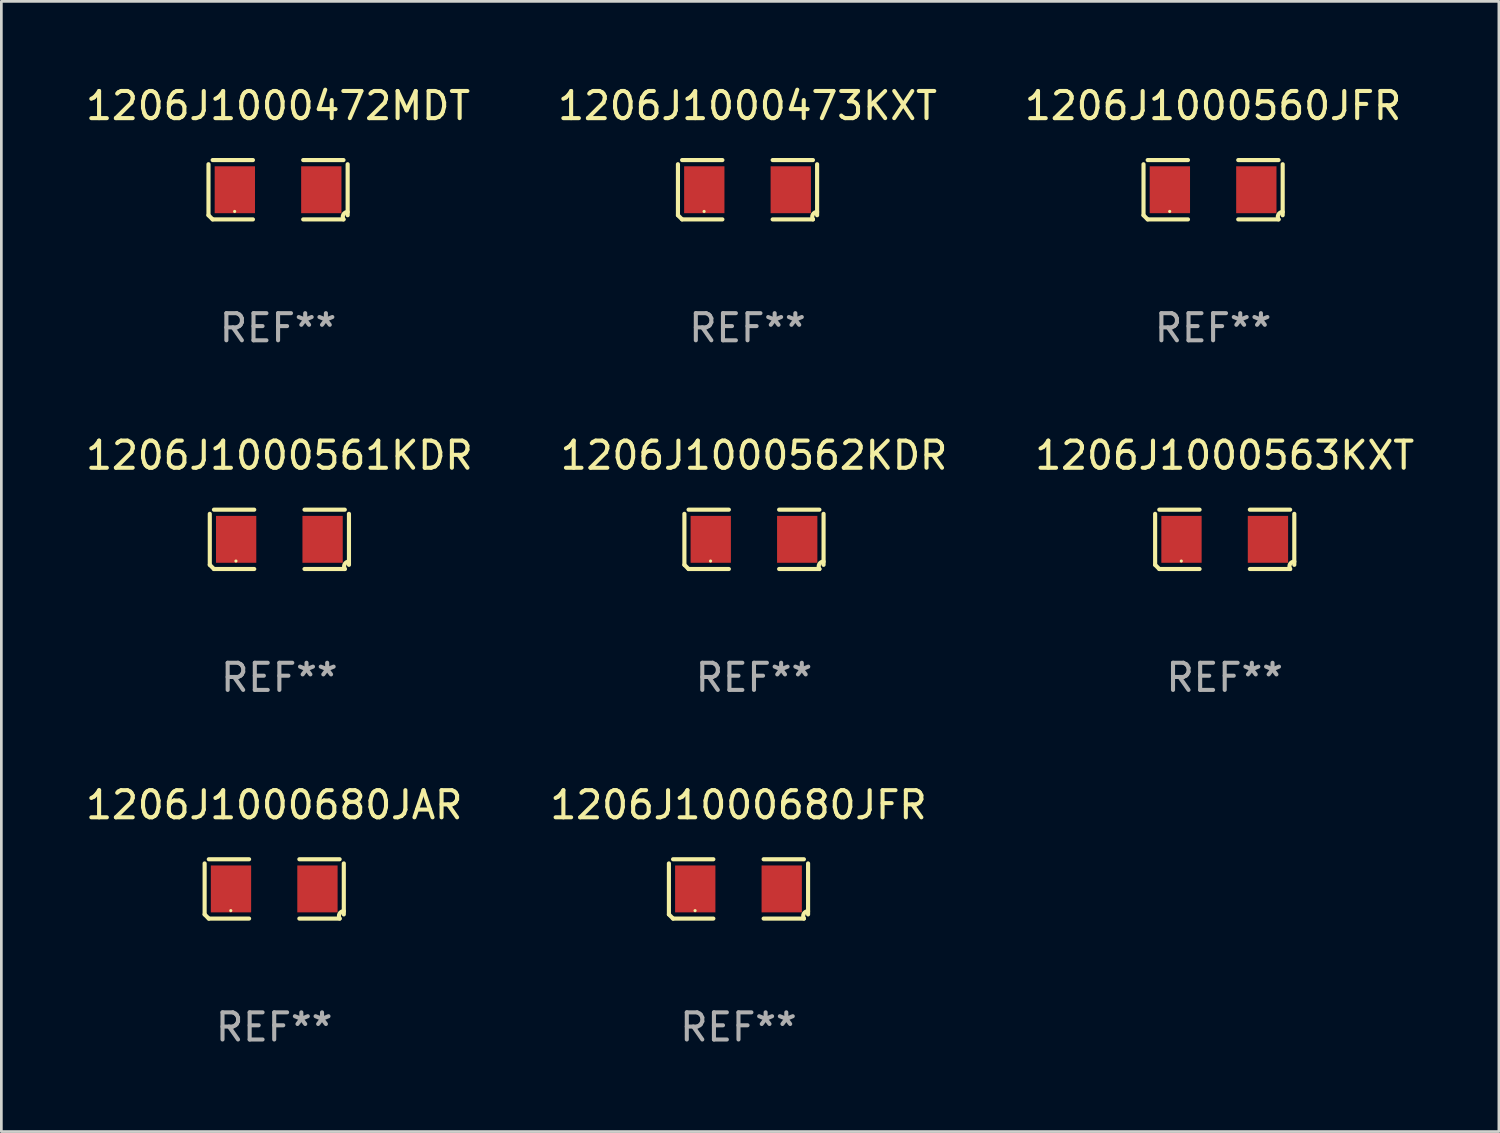
<source format=kicad_pcb>
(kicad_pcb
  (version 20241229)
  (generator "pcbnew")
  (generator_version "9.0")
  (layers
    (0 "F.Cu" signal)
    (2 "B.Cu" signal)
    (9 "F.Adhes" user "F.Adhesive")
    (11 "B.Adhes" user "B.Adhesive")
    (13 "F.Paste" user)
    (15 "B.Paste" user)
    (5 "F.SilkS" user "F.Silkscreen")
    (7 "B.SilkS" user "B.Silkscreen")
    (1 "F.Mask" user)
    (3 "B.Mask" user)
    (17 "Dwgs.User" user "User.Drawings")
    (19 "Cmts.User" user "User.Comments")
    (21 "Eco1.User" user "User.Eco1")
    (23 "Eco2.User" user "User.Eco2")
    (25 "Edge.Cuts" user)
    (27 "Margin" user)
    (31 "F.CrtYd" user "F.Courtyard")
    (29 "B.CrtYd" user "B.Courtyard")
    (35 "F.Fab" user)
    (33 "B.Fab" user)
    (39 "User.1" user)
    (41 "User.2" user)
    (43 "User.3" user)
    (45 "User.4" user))
  (footprint "1206J1000680JAR"
    (layer "F.Cu")
    (at 7.054 29.704)
    (property "Reference" "1206J1000680JAR" (at 0 -3.093 0) (layer "F.SilkS") (effects (font (size 1 1) (thickness 0.15))))
    (attr through_hole)
    (fp_line (start -2.564 0.94) (end -2.564 -0.94) (stroke (width 0.152) (type solid)) (layer "F.SilkS"))
    (fp_line (start -2.411 -1.093) (end -0.926 -1.093) (stroke (width 0.152) (type solid)) (layer "F.SilkS"))
    (fp_line (start -0.926 1.093) (end -2.411 1.093) (stroke (width 0.152) (type solid)) (layer "F.SilkS"))
    (fp_line (start 0.926 1.093) (end 2.411 1.093) (stroke (width 0.152) (type solid)) (layer "F.SilkS"))
    (fp_line (start 2.411 -1.093) (end 0.926 -1.093) (stroke (width 0.152) (type solid)) (layer "F.SilkS"))
    (fp_line (start 2.564 0.94) (end 2.564 -0.94) (stroke (width 0.152) (type solid)) (layer "F.SilkS"))
    (fp_arc (start -2.411201 1.092609) (mid -2.487413 1.01642) (end -2.563602 0.940208) (stroke (width 0.1524) (type solid)) (layer "F.SilkS"))
    (fp_arc (start 2.411201 1.092609) (mid 2.407159 0.911226) (end 2.563602 0.819347) (stroke (width 0.1524) (type solid)) (layer "F.SilkS"))
    (fp_circle (center -1.6 0.8) (end -1.57 0.8) (stroke (width 0.06) (type solid)) (fill no) (layer "F.SilkS"))
    (fp_text user "REF**" (at 0 5.093 0) (layer "F.Fab") (effects (font (size 1 1) (thickness 0.15))))
    (pad "1" smd rect (at -1.593 0) (size 1.485 1.728) (layers "F.Cu" "F.Mask" "F.Paste"))
    (pad "2" smd rect (at 1.593 0) (size 1.485 1.728) (layers "F.Cu" "F.Mask" "F.Paste")))
  (footprint "1206J1000560JFR"
    (layer "F.Cu")
    (at 41.649 3.941)
    (property "Reference" "1206J1000560JFR" (at 0 -3.093 0) (layer "F.SilkS") (effects (font (size 1 1) (thickness 0.15))))
    (attr through_hole)
    (fp_line (start -2.564 0.94) (end -2.564 -0.94) (stroke (width 0.152) (type solid)) (layer "F.SilkS"))
    (fp_line (start -2.411 -1.093) (end -0.926 -1.093) (stroke (width 0.152) (type solid)) (layer "F.SilkS"))
    (fp_line (start -0.926 1.093) (end -2.411 1.093) (stroke (width 0.152) (type solid)) (layer "F.SilkS"))
    (fp_line (start 0.926 1.093) (end 2.411 1.093) (stroke (width 0.152) (type solid)) (layer "F.SilkS"))
    (fp_line (start 2.411 -1.093) (end 0.926 -1.093) (stroke (width 0.152) (type solid)) (layer "F.SilkS"))
    (fp_line (start 2.564 0.94) (end 2.564 -0.94) (stroke (width 0.152) (type solid)) (layer "F.SilkS"))
    (fp_arc (start -2.411201 1.092609) (mid -2.487413 1.01642) (end -2.563602 0.940208) (stroke (width 0.1524) (type solid)) (layer "F.SilkS"))
    (fp_arc (start 2.411201 1.092609) (mid 2.407159 0.911226) (end 2.563602 0.819347) (stroke (width 0.1524) (type solid)) (layer "F.SilkS"))
    (fp_circle (center -1.6 0.8) (end -1.57 0.8) (stroke (width 0.06) (type solid)) (fill no) (layer "F.SilkS"))
    (fp_text user "REF**" (at 0 5.093 0) (layer "F.Fab") (effects (font (size 1 1) (thickness 0.15))))
    (pad "1" smd rect (at -1.593 0) (size 1.485 1.728) (layers "F.Cu" "F.Mask" "F.Paste"))
    (pad "2" smd rect (at 1.593 0) (size 1.485 1.728) (layers "F.Cu" "F.Mask" "F.Paste")))
  (footprint "1206J1000563KXT"
    (layer "F.Cu")
    (at 42.077 16.823)
    (property "Reference" "1206J1000563KXT" (at 0 -3.093 0) (layer "F.SilkS") (effects (font (size 1 1) (thickness 0.15))))
    (attr through_hole)
    (fp_line (start -2.564 0.94) (end -2.564 -0.94) (stroke (width 0.152) (type solid)) (layer "F.SilkS"))
    (fp_line (start -2.411 -1.093) (end -0.926 -1.093) (stroke (width 0.152) (type solid)) (layer "F.SilkS"))
    (fp_line (start -0.926 1.093) (end -2.411 1.093) (stroke (width 0.152) (type solid)) (layer "F.SilkS"))
    (fp_line (start 0.926 1.093) (end 2.411 1.093) (stroke (width 0.152) (type solid)) (layer "F.SilkS"))
    (fp_line (start 2.411 -1.093) (end 0.926 -1.093) (stroke (width 0.152) (type solid)) (layer "F.SilkS"))
    (fp_line (start 2.564 0.94) (end 2.564 -0.94) (stroke (width 0.152) (type solid)) (layer "F.SilkS"))
    (fp_arc (start -2.411201 1.092609) (mid -2.487413 1.01642) (end -2.563602 0.940208) (stroke (width 0.1524) (type solid)) (layer "F.SilkS"))
    (fp_arc (start 2.411201 1.092609) (mid 2.407159 0.911226) (end 2.563602 0.819347) (stroke (width 0.1524) (type solid)) (layer "F.SilkS"))
    (fp_circle (center -1.6 0.8) (end -1.57 0.8) (stroke (width 0.06) (type solid)) (fill no) (layer "F.SilkS"))
    (fp_text user "REF**" (at 0 5.093 0) (layer "F.Fab") (effects (font (size 1 1) (thickness 0.15))))
    (pad "1" smd rect (at -1.593 0) (size 1.485 1.728) (layers "F.Cu" "F.Mask" "F.Paste"))
    (pad "2" smd rect (at 1.593 0) (size 1.485 1.728) (layers "F.Cu" "F.Mask" "F.Paste")))
  (footprint "1206J1000680JFR"
    (layer "F.Cu")
    (at 24.161 29.704)
    (property "Reference" "1206J1000680JFR" (at 0 -3.093 0) (layer "F.SilkS") (effects (font (size 1 1) (thickness 0.15))))
    (attr through_hole)
    (fp_line (start -2.564 0.94) (end -2.564 -0.94) (stroke (width 0.152) (type solid)) (layer "F.SilkS"))
    (fp_line (start -2.411 -1.093) (end -0.926 -1.093) (stroke (width 0.152) (type solid)) (layer "F.SilkS"))
    (fp_line (start -0.926 1.093) (end -2.411 1.093) (stroke (width 0.152) (type solid)) (layer "F.SilkS"))
    (fp_line (start 0.926 1.093) (end 2.411 1.093) (stroke (width 0.152) (type solid)) (layer "F.SilkS"))
    (fp_line (start 2.411 -1.093) (end 0.926 -1.093) (stroke (width 0.152) (type solid)) (layer "F.SilkS"))
    (fp_line (start 2.564 0.94) (end 2.564 -0.94) (stroke (width 0.152) (type solid)) (layer "F.SilkS"))
    (fp_arc (start -2.411201 1.092609) (mid -2.487413 1.01642) (end -2.563602 0.940208) (stroke (width 0.1524) (type solid)) (layer "F.SilkS"))
    (fp_arc (start 2.411201 1.092609) (mid 2.407159 0.911226) (end 2.563602 0.819347) (stroke (width 0.1524) (type solid)) (layer "F.SilkS"))
    (fp_circle (center -1.6 0.8) (end -1.57 0.8) (stroke (width 0.06) (type solid)) (fill no) (layer "F.SilkS"))
    (fp_text user "REF**" (at 0 5.093 0) (layer "F.Fab") (effects (font (size 1 1) (thickness 0.15))))
    (pad "1" smd rect (at -1.593 0) (size 1.485 1.728) (layers "F.Cu" "F.Mask" "F.Paste"))
    (pad "2" smd rect (at 1.593 0) (size 1.485 1.728) (layers "F.Cu" "F.Mask" "F.Paste")))
  (footprint "1206J1000561KDR"
    (layer "F.Cu")
    (at 7.244 16.823)
    (property "Reference" "1206J1000561KDR" (at 0 -3.093 0) (layer "F.SilkS") (effects (font (size 1 1) (thickness 0.15))))
    (attr through_hole)
    (fp_line (start -2.564 0.94) (end -2.564 -0.94) (stroke (width 0.152) (type solid)) (layer "F.SilkS"))
    (fp_line (start -2.411 -1.093) (end -0.926 -1.093) (stroke (width 0.152) (type solid)) (layer "F.SilkS"))
    (fp_line (start -0.926 1.093) (end -2.411 1.093) (stroke (width 0.152) (type solid)) (layer "F.SilkS"))
    (fp_line (start 0.926 1.093) (end 2.411 1.093) (stroke (width 0.152) (type solid)) (layer "F.SilkS"))
    (fp_line (start 2.411 -1.093) (end 0.926 -1.093) (stroke (width 0.152) (type solid)) (layer "F.SilkS"))
    (fp_line (start 2.564 0.94) (end 2.564 -0.94) (stroke (width 0.152) (type solid)) (layer "F.SilkS"))
    (fp_arc (start -2.411201 1.092609) (mid -2.487413 1.01642) (end -2.563602 0.940208) (stroke (width 0.1524) (type solid)) (layer "F.SilkS"))
    (fp_arc (start 2.411201 1.092609) (mid 2.407159 0.911226) (end 2.563602 0.819347) (stroke (width 0.1524) (type solid)) (layer "F.SilkS"))
    (fp_circle (center -1.6 0.8) (end -1.57 0.8) (stroke (width 0.06) (type solid)) (fill no) (layer "F.SilkS"))
    (fp_text user "REF**" (at 0 5.093 0) (layer "F.Fab") (effects (font (size 1 1) (thickness 0.15))))
    (pad "1" smd rect (at -1.593 0) (size 1.485 1.728) (layers "F.Cu" "F.Mask" "F.Paste"))
    (pad "2" smd rect (at 1.593 0) (size 1.485 1.728) (layers "F.Cu" "F.Mask" "F.Paste")))
  (footprint "1206J1000562KDR"
    (layer "F.Cu")
    (at 24.732 16.823)
    (property "Reference" "1206J1000562KDR" (at 0 -3.093 0) (layer "F.SilkS") (effects (font (size 1 1) (thickness 0.15))))
    (attr through_hole)
    (fp_line (start -2.564 0.94) (end -2.564 -0.94) (stroke (width 0.152) (type solid)) (layer "F.SilkS"))
    (fp_line (start -2.411 -1.093) (end -0.926 -1.093) (stroke (width 0.152) (type solid)) (layer "F.SilkS"))
    (fp_line (start -0.926 1.093) (end -2.411 1.093) (stroke (width 0.152) (type solid)) (layer "F.SilkS"))
    (fp_line (start 0.926 1.093) (end 2.411 1.093) (stroke (width 0.152) (type solid)) (layer "F.SilkS"))
    (fp_line (start 2.411 -1.093) (end 0.926 -1.093) (stroke (width 0.152) (type solid)) (layer "F.SilkS"))
    (fp_line (start 2.564 0.94) (end 2.564 -0.94) (stroke (width 0.152) (type solid)) (layer "F.SilkS"))
    (fp_arc (start -2.411201 1.092609) (mid -2.487413 1.01642) (end -2.563602 0.940208) (stroke (width 0.1524) (type solid)) (layer "F.SilkS"))
    (fp_arc (start 2.411201 1.092609) (mid 2.407159 0.911226) (end 2.563602 0.819347) (stroke (width 0.1524) (type solid)) (layer "F.SilkS"))
    (fp_circle (center -1.6 0.8) (end -1.57 0.8) (stroke (width 0.06) (type solid)) (fill no) (layer "F.SilkS"))
    (fp_text user "REF**" (at 0 5.093 0) (layer "F.Fab") (effects (font (size 1 1) (thickness 0.15))))
    (pad "1" smd rect (at -1.593 0) (size 1.485 1.728) (layers "F.Cu" "F.Mask" "F.Paste"))
    (pad "2" smd rect (at 1.593 0) (size 1.485 1.728) (layers "F.Cu" "F.Mask" "F.Paste")))
  (footprint "1206J1000473KXT"
    (layer "F.Cu")
    (at 24.494 3.941)
    (property "Reference" "1206J1000473KXT" (at 0 -3.093 0) (layer "F.SilkS") (effects (font (size 1 1) (thickness 0.15))))
    (attr through_hole)
    (fp_line (start -2.564 0.94) (end -2.564 -0.94) (stroke (width 0.152) (type solid)) (layer "F.SilkS"))
    (fp_line (start -2.411 -1.093) (end -0.926 -1.093) (stroke (width 0.152) (type solid)) (layer "F.SilkS"))
    (fp_line (start -0.926 1.093) (end -2.411 1.093) (stroke (width 0.152) (type solid)) (layer "F.SilkS"))
    (fp_line (start 0.926 1.093) (end 2.411 1.093) (stroke (width 0.152) (type solid)) (layer "F.SilkS"))
    (fp_line (start 2.411 -1.093) (end 0.926 -1.093) (stroke (width 0.152) (type solid)) (layer "F.SilkS"))
    (fp_line (start 2.564 0.94) (end 2.564 -0.94) (stroke (width 0.152) (type solid)) (layer "F.SilkS"))
    (fp_arc (start -2.411201 1.092609) (mid -2.487413 1.01642) (end -2.563602 0.940208) (stroke (width 0.1524) (type solid)) (layer "F.SilkS"))
    (fp_arc (start 2.411201 1.092609) (mid 2.407159 0.911226) (end 2.563602 0.819347) (stroke (width 0.1524) (type solid)) (layer "F.SilkS"))
    (fp_circle (center -1.6 0.8) (end -1.57 0.8) (stroke (width 0.06) (type solid)) (fill no) (layer "F.SilkS"))
    (fp_text user "REF**" (at 0 5.093 0) (layer "F.Fab") (effects (font (size 1 1) (thickness 0.15))))
    (pad "1" smd rect (at -1.593 0) (size 1.485 1.728) (layers "F.Cu" "F.Mask" "F.Paste"))
    (pad "2" smd rect (at 1.593 0) (size 1.485 1.728) (layers "F.Cu" "F.Mask" "F.Paste")))
  (footprint "1206J1000472MDT"
    (layer "F.Cu")
    (at 7.196 3.941)
    (property "Reference" "1206J1000472MDT" (at 0 -3.093 0) (layer "F.SilkS") (effects (font (size 1 1) (thickness 0.15))))
    (attr through_hole)
    (fp_line (start -2.564 0.94) (end -2.564 -0.94) (stroke (width 0.152) (type solid)) (layer "F.SilkS"))
    (fp_line (start -2.411 -1.093) (end -0.926 -1.093) (stroke (width 0.152) (type solid)) (layer "F.SilkS"))
    (fp_line (start -0.926 1.093) (end -2.411 1.093) (stroke (width 0.152) (type solid)) (layer "F.SilkS"))
    (fp_line (start 0.926 1.093) (end 2.411 1.093) (stroke (width 0.152) (type solid)) (layer "F.SilkS"))
    (fp_line (start 2.411 -1.093) (end 0.926 -1.093) (stroke (width 0.152) (type solid)) (layer "F.SilkS"))
    (fp_line (start 2.564 0.94) (end 2.564 -0.94) (stroke (width 0.152) (type solid)) (layer "F.SilkS"))
    (fp_arc (start -2.411201 1.092609) (mid -2.487413 1.01642) (end -2.563602 0.940208) (stroke (width 0.1524) (type solid)) (layer "F.SilkS"))
    (fp_arc (start 2.411201 1.092609) (mid 2.407159 0.911226) (end 2.563602 0.819347) (stroke (width 0.1524) (type solid)) (layer "F.SilkS"))
    (fp_circle (center -1.6 0.8) (end -1.57 0.8) (stroke (width 0.06) (type solid)) (fill no) (layer "F.SilkS"))
    (fp_text user "REF**" (at 0 5.093 0) (layer "F.Fab") (effects (font (size 1 1) (thickness 0.15))))
    (pad "1" smd rect (at -1.593 0) (size 1.485 1.728) (layers "F.Cu" "F.Mask" "F.Paste"))
    (pad "2" smd rect (at 1.593 0) (size 1.485 1.728) (layers "F.Cu" "F.Mask" "F.Paste")))
  (gr_rect
    (start -3 -3)
    (end 52.179 38.645)
    (stroke (width 0.1) (type default))
    (fill no)
    (layer "Edge.Cuts")))
</source>
